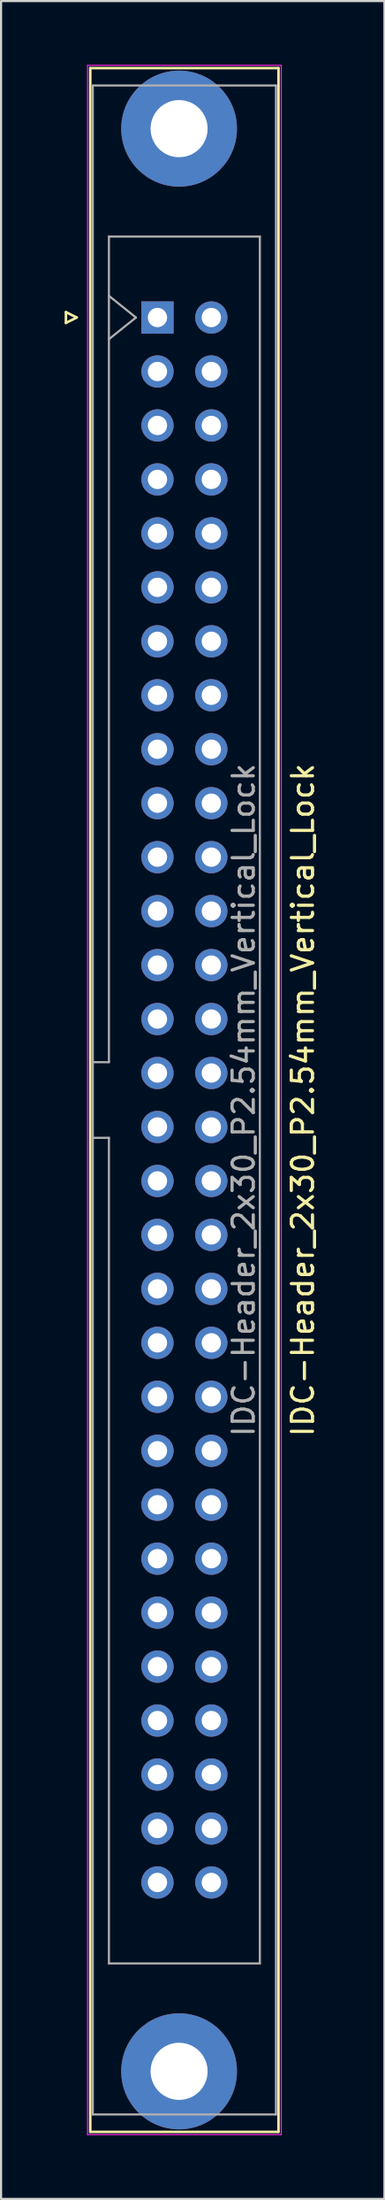
<source format=kicad_pcb>
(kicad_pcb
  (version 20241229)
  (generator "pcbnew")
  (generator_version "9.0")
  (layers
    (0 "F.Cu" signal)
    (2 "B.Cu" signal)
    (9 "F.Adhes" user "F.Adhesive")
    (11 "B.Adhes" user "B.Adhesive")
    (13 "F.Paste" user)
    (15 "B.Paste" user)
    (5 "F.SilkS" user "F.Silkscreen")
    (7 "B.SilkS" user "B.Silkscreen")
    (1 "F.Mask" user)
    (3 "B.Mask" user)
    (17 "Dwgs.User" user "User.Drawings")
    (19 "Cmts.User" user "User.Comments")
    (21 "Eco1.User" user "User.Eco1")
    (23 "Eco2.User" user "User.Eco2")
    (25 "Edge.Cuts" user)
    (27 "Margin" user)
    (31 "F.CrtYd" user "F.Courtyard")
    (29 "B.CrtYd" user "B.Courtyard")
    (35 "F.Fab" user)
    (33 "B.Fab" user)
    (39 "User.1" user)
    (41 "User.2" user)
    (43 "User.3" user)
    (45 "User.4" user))
  (footprint "IDC-Header_2x30_P2.54mm_Vertical_Lock"
    (layer "F.Cu")
    (at 4.378 11.895)
    (property "Reference" "IDC-Header_2x30_P2.54mm_Vertical_Lock" (at 6.858 36.83 270) (layer "F.SilkS") (effects (font (size 1 1) (thickness 0.15))))
    (attr through_hole)
    (fp_line (start -4.318 -0.254) (end -4.318 0.254) (stroke (width 0.12) (type solid)) (layer "F.SilkS"))
    (fp_line (start -4.318 0.254) (end -3.81 0) (stroke (width 0.12) (type solid)) (layer "F.SilkS"))
    (fp_line (start -3.81 0) (end -4.318 -0.254) (stroke (width 0.12) (type solid)) (layer "F.SilkS"))
    (fp_line (start -3.17 85.4) (end -3.17 -11.74) (stroke (width 0.12) (type solid)) (layer "F.SilkS"))
    (fp_line (start -3.17 85.4) (end 5.71 85.4) (stroke (width 0.12) (type solid)) (layer "F.SilkS"))
    (fp_line (start 5.71 -11.74) (end -3.17 -11.74) (stroke (width 0.12) (type solid)) (layer "F.SilkS"))
    (fp_line (start 5.71 -11.74) (end 5.71 85.4) (stroke (width 0.12) (type solid)) (layer "F.SilkS"))
    (fp_line (start -3.3 85.53) (end -3.3 -11.87) (stroke (width 0.05) (type solid)) (layer "F.CrtYd"))
    (fp_line (start -3.3 85.53) (end 5.84 85.53) (stroke (width 0.05) (type solid)) (layer "F.CrtYd"))
    (fp_line (start 5.84 -11.87) (end -3.3 -11.87) (stroke (width 0.05) (type solid)) (layer "F.CrtYd"))
    (fp_line (start 5.84 -11.87) (end 5.84 85.53) (stroke (width 0.05) (type solid)) (layer "F.CrtYd"))
    (fp_line (start -3.05 -10.92) (end -3.05 84.58) (stroke (width 0.1) (type solid)) (layer "F.Fab"))
    (fp_line (start -3.05 35.05) (end -2.29 35.05) (stroke (width 0.1) (type solid)) (layer "F.Fab"))
    (fp_line (start -3.05 84.58) (end 5.59 84.58) (stroke (width 0.1) (type solid)) (layer "F.Fab"))
    (fp_line (start -2.29 -3.81) (end 4.83 -3.81) (stroke (width 0.1) (type solid)) (layer "F.Fab"))
    (fp_line (start -2.29 35.05) (end -2.29 -3.81) (stroke (width 0.1) (type solid)) (layer "F.Fab"))
    (fp_line (start -2.29 38.61) (end -3.05 38.61) (stroke (width 0.1) (type solid)) (layer "F.Fab"))
    (fp_line (start -2.29 77.47) (end -2.29 38.61) (stroke (width 0.1) (type solid)) (layer "F.Fab"))
    (fp_line (start -2.286 -1.016) (end -1.016 0) (stroke (width 0.1) (type solid)) (layer "F.Fab"))
    (fp_line (start -1.016 0) (end -2.286 1.016) (stroke (width 0.1) (type solid)) (layer "F.Fab"))
    (fp_line (start 4.83 -3.81) (end 4.83 77.47) (stroke (width 0.1) (type solid)) (layer "F.Fab"))
    (fp_line (start 4.83 77.47) (end -2.29 77.47) (stroke (width 0.1) (type solid)) (layer "F.Fab"))
    (fp_line (start 5.59 -10.92) (end -3.05 -10.92) (stroke (width 0.1) (type solid)) (layer "F.Fab"))
    (fp_line (start 5.59 84.58) (end 5.59 -10.92) (stroke (width 0.1) (type solid)) (layer "F.Fab"))
    (fp_text user "${REFERENCE}" (at 4.064 36.83 90) (layer "F.Fab") (effects (font (size 1 1) (thickness 0.15))))
    (pad "" thru_hole circle (at 1.02 -8.89 270) (size 5.46 5.46) (drill 2.69) (layers "*.Cu" "*.Mask"))
    (pad "" thru_hole circle (at 1.02 82.55 270) (size 5.46 5.46) (drill 2.69) (layers "*.Cu" "*.Mask"))
    (pad "1" thru_hole rect (at 0 0 270) (size 1.52 1.52) (drill 0.91) (layers "*.Cu" "*.Mask"))
    (pad "2" thru_hole circle (at 2.54 0 270) (size 1.52 1.52) (drill 0.91) (layers "*.Cu" "*.Mask"))
    (pad "3" thru_hole circle (at 0 2.54 270) (size 1.52 1.52) (drill 0.91) (layers "*.Cu" "*.Mask"))
    (pad "4" thru_hole circle (at 2.54 2.54 270) (size 1.52 1.52) (drill 0.91) (layers "*.Cu" "*.Mask"))
    (pad "5" thru_hole circle (at 0 5.08 270) (size 1.52 1.52) (drill 0.91) (layers "*.Cu" "*.Mask"))
    (pad "6" thru_hole circle (at 2.54 5.08 270) (size 1.52 1.52) (drill 0.91) (layers "*.Cu" "*.Mask"))
    (pad "7" thru_hole circle (at 0 7.62 270) (size 1.52 1.52) (drill 0.91) (layers "*.Cu" "*.Mask"))
    (pad "8" thru_hole circle (at 2.54 7.62 270) (size 1.52 1.52) (drill 0.91) (layers "*.Cu" "*.Mask"))
    (pad "9" thru_hole circle (at 0 10.16 270) (size 1.52 1.52) (drill 0.91) (layers "*.Cu" "*.Mask"))
    (pad "10" thru_hole circle (at 2.54 10.16 270) (size 1.52 1.52) (drill 0.91) (layers "*.Cu" "*.Mask"))
    (pad "11" thru_hole circle (at 0 12.7 270) (size 1.52 1.52) (drill 0.91) (layers "*.Cu" "*.Mask"))
    (pad "12" thru_hole circle (at 2.54 12.7 270) (size 1.52 1.52) (drill 0.91) (layers "*.Cu" "*.Mask"))
    (pad "13" thru_hole circle (at 0 15.24 270) (size 1.52 1.52) (drill 0.91) (layers "*.Cu" "*.Mask"))
    (pad "14" thru_hole circle (at 2.54 15.24 270) (size 1.52 1.52) (drill 0.91) (layers "*.Cu" "*.Mask"))
    (pad "15" thru_hole circle (at 0 17.78 270) (size 1.52 1.52) (drill 0.91) (layers "*.Cu" "*.Mask"))
    (pad "16" thru_hole circle (at 2.54 17.78 270) (size 1.52 1.52) (drill 0.91) (layers "*.Cu" "*.Mask"))
    (pad "17" thru_hole circle (at 0 20.32 270) (size 1.52 1.52) (drill 0.91) (layers "*.Cu" "*.Mask"))
    (pad "18" thru_hole circle (at 2.54 20.32 270) (size 1.52 1.52) (drill 0.91) (layers "*.Cu" "*.Mask"))
    (pad "19" thru_hole circle (at 0 22.86 270) (size 1.52 1.52) (drill 0.91) (layers "*.Cu" "*.Mask"))
    (pad "20" thru_hole circle (at 2.54 22.86 270) (size 1.52 1.52) (drill 0.91) (layers "*.Cu" "*.Mask"))
    (pad "21" thru_hole circle (at 0 25.4 270) (size 1.52 1.52) (drill 0.91) (layers "*.Cu" "*.Mask"))
    (pad "22" thru_hole circle (at 2.54 25.4 270) (size 1.52 1.52) (drill 0.91) (layers "*.Cu" "*.Mask"))
    (pad "23" thru_hole circle (at 0 27.94 270) (size 1.52 1.52) (drill 0.91) (layers "*.Cu" "*.Mask"))
    (pad "24" thru_hole circle (at 2.54 27.94 270) (size 1.52 1.52) (drill 0.91) (layers "*.Cu" "*.Mask"))
    (pad "25" thru_hole circle (at 0 30.48 270) (size 1.52 1.52) (drill 0.91) (layers "*.Cu" "*.Mask"))
    (pad "26" thru_hole circle (at 2.54 30.48 270) (size 1.52 1.52) (drill 0.91) (layers "*.Cu" "*.Mask"))
    (pad "27" thru_hole circle (at 0 33.02 270) (size 1.52 1.52) (drill 0.91) (layers "*.Cu" "*.Mask"))
    (pad "28" thru_hole circle (at 2.54 33.02 270) (size 1.52 1.52) (drill 0.91) (layers "*.Cu" "*.Mask"))
    (pad "29" thru_hole circle (at 0 35.56 270) (size 1.52 1.52) (drill 0.91) (layers "*.Cu" "*.Mask"))
    (pad "30" thru_hole circle (at 2.54 35.56 270) (size 1.52 1.52) (drill 0.91) (layers "*.Cu" "*.Mask"))
    (pad "31" thru_hole circle (at 0 38.1 270) (size 1.52 1.52) (drill 0.91) (layers "*.Cu" "*.Mask"))
    (pad "32" thru_hole circle (at 2.54 38.1 270) (size 1.52 1.52) (drill 0.91) (layers "*.Cu" "*.Mask"))
    (pad "33" thru_hole circle (at 0 40.64 270) (size 1.52 1.52) (drill 0.91) (layers "*.Cu" "*.Mask"))
    (pad "34" thru_hole circle (at 2.54 40.64 270) (size 1.52 1.52) (drill 0.91) (layers "*.Cu" "*.Mask"))
    (pad "35" thru_hole circle (at 0 43.18 270) (size 1.52 1.52) (drill 0.91) (layers "*.Cu" "*.Mask"))
    (pad "36" thru_hole circle (at 2.54 43.18 270) (size 1.52 1.52) (drill 0.91) (layers "*.Cu" "*.Mask"))
    (pad "37" thru_hole circle (at 0 45.72 270) (size 1.52 1.52) (drill 0.91) (layers "*.Cu" "*.Mask"))
    (pad "38" thru_hole circle (at 2.54 45.72 270) (size 1.52 1.52) (drill 0.91) (layers "*.Cu" "*.Mask"))
    (pad "39" thru_hole circle (at 0 48.26 270) (size 1.52 1.52) (drill 0.91) (layers "*.Cu" "*.Mask"))
    (pad "40" thru_hole circle (at 2.54 48.26 270) (size 1.52 1.52) (drill 0.91) (layers "*.Cu" "*.Mask"))
    (pad "41" thru_hole circle (at 0 50.8 270) (size 1.52 1.52) (drill 0.91) (layers "*.Cu" "*.Mask"))
    (pad "42" thru_hole circle (at 2.54 50.8 270) (size 1.52 1.52) (drill 0.91) (layers "*.Cu" "*.Mask"))
    (pad "43" thru_hole circle (at 0 53.34 270) (size 1.52 1.52) (drill 0.91) (layers "*.Cu" "*.Mask"))
    (pad "44" thru_hole circle (at 2.54 53.34 270) (size 1.52 1.52) (drill 0.91) (layers "*.Cu" "*.Mask"))
    (pad "45" thru_hole circle (at 0 55.88 270) (size 1.52 1.52) (drill 0.91) (layers "*.Cu" "*.Mask"))
    (pad "46" thru_hole circle (at 2.54 55.88 270) (size 1.52 1.52) (drill 0.91) (layers "*.Cu" "*.Mask"))
    (pad "47" thru_hole circle (at 0 58.42 270) (size 1.52 1.52) (drill 0.91) (layers "*.Cu" "*.Mask"))
    (pad "48" thru_hole circle (at 2.54 58.42 270) (size 1.52 1.52) (drill 0.91) (layers "*.Cu" "*.Mask"))
    (pad "49" thru_hole circle (at 0 60.96 270) (size 1.52 1.52) (drill 0.91) (layers "*.Cu" "*.Mask"))
    (pad "50" thru_hole circle (at 2.54 60.96 270) (size 1.52 1.52) (drill 0.91) (layers "*.Cu" "*.Mask"))
    (pad "51" thru_hole circle (at 0 63.5 270) (size 1.52 1.52) (drill 0.91) (layers "*.Cu" "*.Mask"))
    (pad "52" thru_hole circle (at 2.54 63.5 270) (size 1.52 1.52) (drill 0.91) (layers "*.Cu" "*.Mask"))
    (pad "53" thru_hole circle (at 0 66.04 270) (size 1.52 1.52) (drill 0.91) (layers "*.Cu" "*.Mask"))
    (pad "54" thru_hole circle (at 2.54 66.04 270) (size 1.52 1.52) (drill 0.91) (layers "*.Cu" "*.Mask"))
    (pad "55" thru_hole circle (at 0 68.58 270) (size 1.52 1.52) (drill 0.91) (layers "*.Cu" "*.Mask"))
    (pad "56" thru_hole circle (at 2.54 68.58 270) (size 1.52 1.52) (drill 0.91) (layers "*.Cu" "*.Mask"))
    (pad "57" thru_hole circle (at 0 71.12 270) (size 1.52 1.52) (drill 0.91) (layers "*.Cu" "*.Mask"))
    (pad "58" thru_hole circle (at 2.54 71.12 270) (size 1.52 1.52) (drill 0.91) (layers "*.Cu" "*.Mask"))
    (pad "59" thru_hole circle (at 0 73.66 270) (size 1.52 1.52) (drill 0.91) (layers "*.Cu" "*.Mask"))
    (pad "60" thru_hole circle (at 2.54 73.66 270) (size 1.52 1.52) (drill 0.91) (layers "*.Cu" "*.Mask")))
  (gr_rect
    (start -3 -3)
    (end 15.084 100.45)
    (stroke (width 0.1) (type default))
    (fill no)
    (layer "Edge.Cuts")))
</source>
